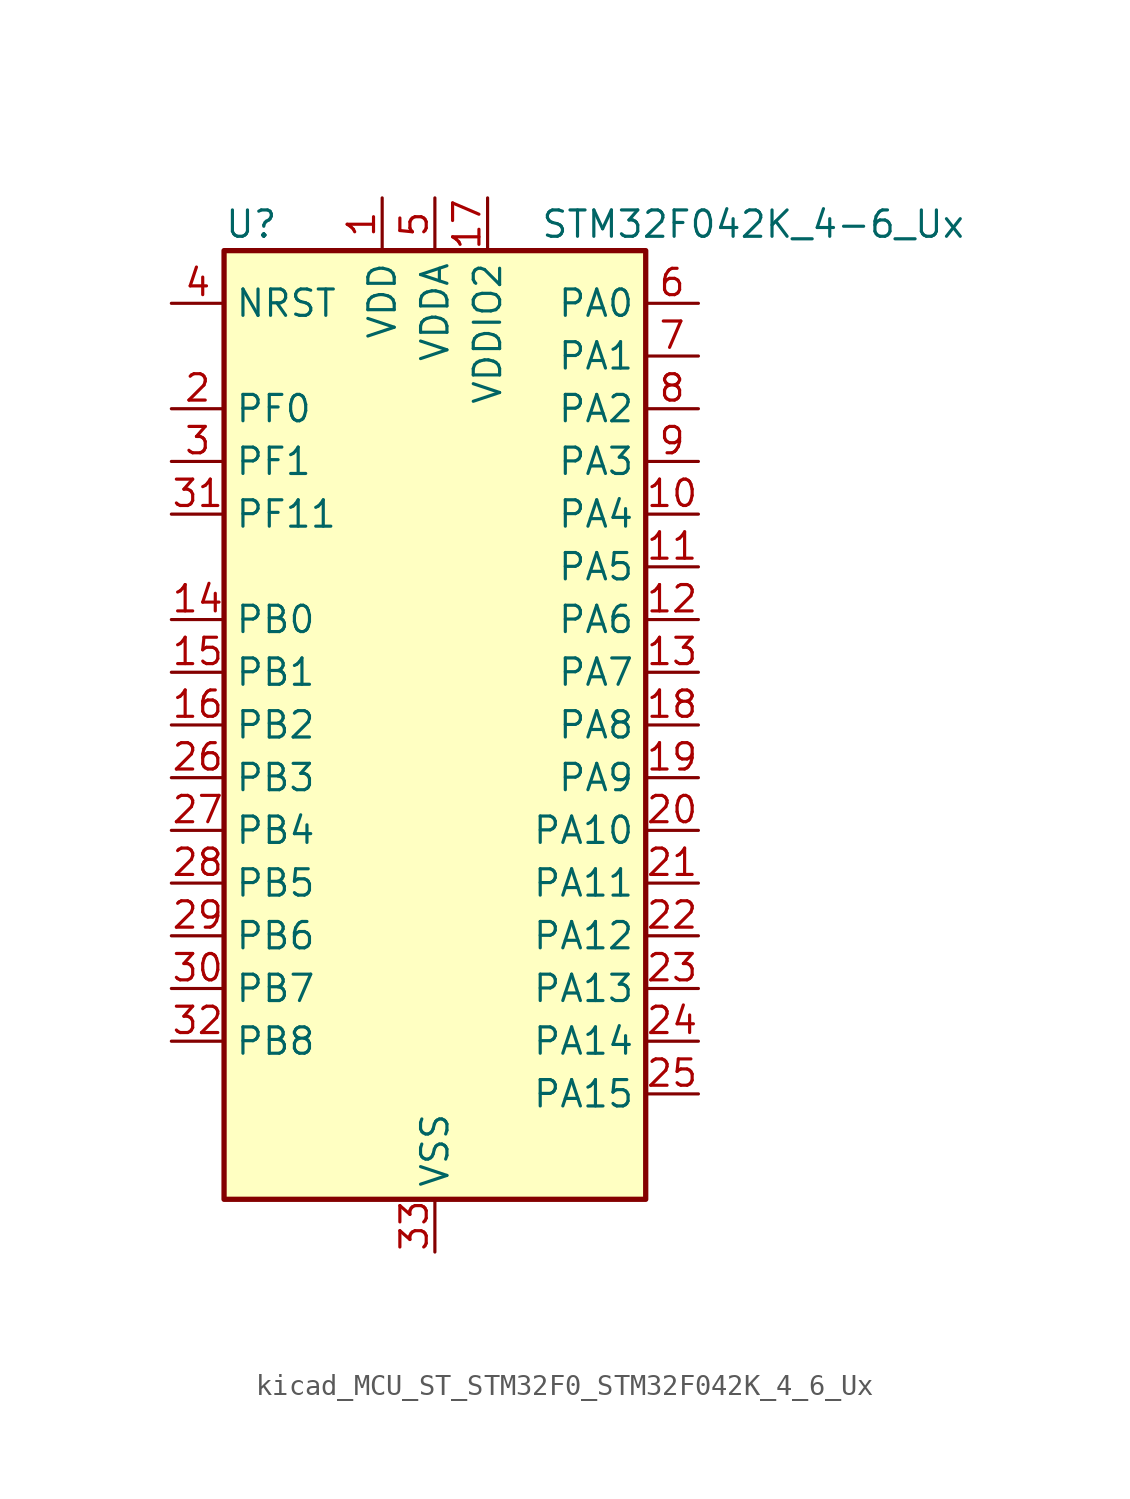
<source format=kicad_sym>
(kicad_symbol_lib
  (version 20220914)
  (generator kicad_symbol_editor)
  (symbol "kicad_MCU_ST_STM32F0_STM32F042K_4_6_Ux"
    (property "Reference" "U"
      (at -10.16 24.13 0)
      (effects (font (size 1.27 1.27)) (justify left)))
    (property "Value" "STM32F042K_4-6_Ux"
      (at 5.08 24.13 0)
      (effects (font (size 1.27 1.27)) (justify left)))
    (property "ki_locked" ""
      (at 0 0 0)
      (effects (font (size 1.27 1.27))))
    (symbol "kicad_MCU_ST_STM32F0_STM32F042K_4_6_Ux_0_1"
      (rectangle (start -10.16 -22.86) (end 10.16 22.86) (stroke (width 0.254) (type default)) (fill (type background))))
    (symbol "kicad_MCU_ST_STM32F0_STM32F042K_4_6_Ux_1_1"
      (pin power_in line (at -2.54 25.4 270) (length 2.54) (name "VDD" (effects (font (size 1.27 1.27)))) (number "1" (effects (font (size 1.27 1.27)))))
      (pin bidirectional line (at 12.7 10.16 180) (length 2.54) (name "PA4" (effects (font (size 1.27 1.27)))) (number "10" (effects (font (size 1.27 1.27)))) (alternate "ADC_IN4" bidirectional line) (alternate "I2S1_WS" bidirectional line) (alternate "SPI1_NSS" bidirectional line) (alternate "TIM14_CH1" bidirectional line) (alternate "TSC_G2_IO1" bidirectional line) (alternate "USART2_CK" bidirectional line) (alternate "USB_NOE" bidirectional line))
      (pin bidirectional line (at 12.7 7.62 180) (length 2.54) (name "PA5" (effects (font (size 1.27 1.27)))) (number "11" (effects (font (size 1.27 1.27)))) (alternate "ADC_IN5" bidirectional line) (alternate "CEC" bidirectional line) (alternate "I2S1_CK" bidirectional line) (alternate "SPI1_SCK" bidirectional line) (alternate "TIM2_CH1" bidirectional line) (alternate "TIM2_ETR" bidirectional line) (alternate "TSC_G2_IO2" bidirectional line))
      (pin bidirectional line (at 12.7 5.08 180) (length 2.54) (name "PA6" (effects (font (size 1.27 1.27)))) (number "12" (effects (font (size 1.27 1.27)))) (alternate "ADC_IN6" bidirectional line) (alternate "I2S1_MCK" bidirectional line) (alternate "SPI1_MISO" bidirectional line) (alternate "TIM16_CH1" bidirectional line) (alternate "TIM1_BKIN" bidirectional line) (alternate "TIM3_CH1" bidirectional line) (alternate "TSC_G2_IO3" bidirectional line))
      (pin bidirectional line (at 12.7 2.54 180) (length 2.54) (name "PA7" (effects (font (size 1.27 1.27)))) (number "13" (effects (font (size 1.27 1.27)))) (alternate "ADC_IN7" bidirectional line) (alternate "I2S1_SD" bidirectional line) (alternate "SPI1_MOSI" bidirectional line) (alternate "TIM14_CH1" bidirectional line) (alternate "TIM17_CH1" bidirectional line) (alternate "TIM1_CH1N" bidirectional line) (alternate "TIM3_CH2" bidirectional line) (alternate "TSC_G2_IO4" bidirectional line))
      (pin bidirectional line (at -12.7 5.08 0) (length 2.54) (name "PB0" (effects (font (size 1.27 1.27)))) (number "14" (effects (font (size 1.27 1.27)))) (alternate "ADC_IN8" bidirectional line) (alternate "TIM1_CH2N" bidirectional line) (alternate "TIM3_CH3" bidirectional line) (alternate "TSC_G3_IO2" bidirectional line))
      (pin bidirectional line (at -12.7 2.54 0) (length 2.54) (name "PB1" (effects (font (size 1.27 1.27)))) (number "15" (effects (font (size 1.27 1.27)))) (alternate "ADC_IN9" bidirectional line) (alternate "TIM14_CH1" bidirectional line) (alternate "TIM1_CH3N" bidirectional line) (alternate "TIM3_CH4" bidirectional line) (alternate "TSC_G3_IO3" bidirectional line))
      (pin bidirectional line (at -12.7 0 0) (length 2.54) (name "PB2" (effects (font (size 1.27 1.27)))) (number "16" (effects (font (size 1.27 1.27)))) (alternate "TSC_G3_IO4" bidirectional line))
      (pin power_in line (at 2.54 25.4 270) (length 2.54) (name "VDDIO2" (effects (font (size 1.27 1.27)))) (number "17" (effects (font (size 1.27 1.27)))))
      (pin bidirectional line (at 12.7 0 180) (length 2.54) (name "PA8" (effects (font (size 1.27 1.27)))) (number "18" (effects (font (size 1.27 1.27)))) (alternate "CRS_SYNC" bidirectional line) (alternate "RCC_MCO" bidirectional line) (alternate "TIM1_CH1" bidirectional line) (alternate "USART1_CK" bidirectional line))
      (pin bidirectional line (at 12.7 -2.54 180) (length 2.54) (name "PA9" (effects (font (size 1.27 1.27)))) (number "19" (effects (font (size 1.27 1.27)))) (alternate "I2C1_SCL" bidirectional line) (alternate "TIM1_CH2" bidirectional line) (alternate "TSC_G4_IO1" bidirectional line) (alternate "USART1_TX" bidirectional line))
      (pin bidirectional line (at -12.7 15.24 0) (length 2.54) (name "PF0" (effects (font (size 1.27 1.27)))) (number "2" (effects (font (size 1.27 1.27)))) (alternate "CRS_SYNC" bidirectional line) (alternate "I2C1_SDA" bidirectional line) (alternate "RCC_OSC_IN" bidirectional line))
      (pin bidirectional line (at 12.7 -5.08 180) (length 2.54) (name "PA10" (effects (font (size 1.27 1.27)))) (number "20" (effects (font (size 1.27 1.27)))) (alternate "I2C1_SDA" bidirectional line) (alternate "TIM17_BKIN" bidirectional line) (alternate "TIM1_CH3" bidirectional line) (alternate "TSC_G4_IO2" bidirectional line) (alternate "USART1_RX" bidirectional line))
      (pin bidirectional line (at 12.7 -7.62 180) (length 2.54) (name "PA11" (effects (font (size 1.27 1.27)))) (number "21" (effects (font (size 1.27 1.27)))) (alternate "CAN_RX" bidirectional line) (alternate "I2C1_SCL" bidirectional line) (alternate "TIM1_CH4" bidirectional line) (alternate "TSC_G4_IO3" bidirectional line) (alternate "USART1_CTS" bidirectional line) (alternate "USB_DM" bidirectional line))
      (pin bidirectional line (at 12.7 -10.16 180) (length 2.54) (name "PA12" (effects (font (size 1.27 1.27)))) (number "22" (effects (font (size 1.27 1.27)))) (alternate "CAN_TX" bidirectional line) (alternate "I2C1_SDA" bidirectional line) (alternate "TIM1_ETR" bidirectional line) (alternate "TSC_G4_IO4" bidirectional line) (alternate "USART1_DE" bidirectional line) (alternate "USART1_RTS" bidirectional line) (alternate "USB_DP" bidirectional line))
      (pin bidirectional line (at 12.7 -12.7 180) (length 2.54) (name "PA13" (effects (font (size 1.27 1.27)))) (number "23" (effects (font (size 1.27 1.27)))) (alternate "IR_OUT" bidirectional line) (alternate "SYS_SWDIO" bidirectional line) (alternate "USB_NOE" bidirectional line))
      (pin bidirectional line (at 12.7 -15.24 180) (length 2.54) (name "PA14" (effects (font (size 1.27 1.27)))) (number "24" (effects (font (size 1.27 1.27)))) (alternate "SYS_SWCLK" bidirectional line) (alternate "USART2_TX" bidirectional line))
      (pin bidirectional line (at 12.7 -17.78 180) (length 2.54) (name "PA15" (effects (font (size 1.27 1.27)))) (number "25" (effects (font (size 1.27 1.27)))) (alternate "I2S1_WS" bidirectional line) (alternate "SPI1_NSS" bidirectional line) (alternate "TIM2_CH1" bidirectional line) (alternate "TIM2_ETR" bidirectional line) (alternate "USART2_RX" bidirectional line) (alternate "USB_NOE" bidirectional line))
      (pin bidirectional line (at -12.7 -2.54 0) (length 2.54) (name "PB3" (effects (font (size 1.27 1.27)))) (number "26" (effects (font (size 1.27 1.27)))) (alternate "I2S1_CK" bidirectional line) (alternate "SPI1_SCK" bidirectional line) (alternate "TIM2_CH2" bidirectional line) (alternate "TSC_G5_IO1" bidirectional line))
      (pin bidirectional line (at -12.7 -5.08 0) (length 2.54) (name "PB4" (effects (font (size 1.27 1.27)))) (number "27" (effects (font (size 1.27 1.27)))) (alternate "I2S1_MCK" bidirectional line) (alternate "SPI1_MISO" bidirectional line) (alternate "TIM17_BKIN" bidirectional line) (alternate "TIM3_CH1" bidirectional line) (alternate "TSC_G5_IO2" bidirectional line))
      (pin bidirectional line (at -12.7 -7.62 0) (length 2.54) (name "PB5" (effects (font (size 1.27 1.27)))) (number "28" (effects (font (size 1.27 1.27)))) (alternate "I2C1_SMBA" bidirectional line) (alternate "I2S1_SD" bidirectional line) (alternate "SPI1_MOSI" bidirectional line) (alternate "SYS_WKUP6" bidirectional line) (alternate "TIM16_BKIN" bidirectional line) (alternate "TIM3_CH2" bidirectional line))
      (pin bidirectional line (at -12.7 -10.16 0) (length 2.54) (name "PB6" (effects (font (size 1.27 1.27)))) (number "29" (effects (font (size 1.27 1.27)))) (alternate "I2C1_SCL" bidirectional line) (alternate "TIM16_CH1N" bidirectional line) (alternate "TSC_G5_IO3" bidirectional line) (alternate "USART1_TX" bidirectional line))
      (pin bidirectional line (at -12.7 12.7 0) (length 2.54) (name "PF1" (effects (font (size 1.27 1.27)))) (number "3" (effects (font (size 1.27 1.27)))) (alternate "I2C1_SCL" bidirectional line) (alternate "RCC_OSC_OUT" bidirectional line))
      (pin bidirectional line (at -12.7 -12.7 0) (length 2.54) (name "PB7" (effects (font (size 1.27 1.27)))) (number "30" (effects (font (size 1.27 1.27)))) (alternate "I2C1_SDA" bidirectional line) (alternate "TIM17_CH1N" bidirectional line) (alternate "TSC_G5_IO4" bidirectional line) (alternate "USART1_RX" bidirectional line))
      (pin bidirectional line (at -12.7 10.16 0) (length 2.54) (name "PF11" (effects (font (size 1.27 1.27)))) (number "31" (effects (font (size 1.27 1.27)))))
      (pin bidirectional line (at -12.7 -15.24 0) (length 2.54) (name "PB8" (effects (font (size 1.27 1.27)))) (number "32" (effects (font (size 1.27 1.27)))) (alternate "CAN_RX" bidirectional line) (alternate "CEC" bidirectional line) (alternate "I2C1_SCL" bidirectional line) (alternate "TIM16_CH1" bidirectional line) (alternate "TSC_SYNC" bidirectional line))
      (pin power_in line (at 0 -25.4 90) (length 2.54) (name "VSS" (effects (font (size 1.27 1.27)))) (number "33" (effects (font (size 1.27 1.27)))))
      (pin input line (at -12.7 20.32 0) (length 2.54) (name "NRST" (effects (font (size 1.27 1.27)))) (number "4" (effects (font (size 1.27 1.27)))))
      (pin power_in line (at 0 25.4 270) (length 2.54) (name "VDDA" (effects (font (size 1.27 1.27)))) (number "5" (effects (font (size 1.27 1.27)))))
      (pin bidirectional line (at 12.7 20.32 180) (length 2.54) (name "PA0" (effects (font (size 1.27 1.27)))) (number "6" (effects (font (size 1.27 1.27)))) (alternate "ADC_IN0" bidirectional line) (alternate "RTC_TAMP2" bidirectional line) (alternate "SYS_WKUP1" bidirectional line) (alternate "TIM2_CH1" bidirectional line) (alternate "TIM2_ETR" bidirectional line) (alternate "TSC_G1_IO1" bidirectional line) (alternate "USART2_CTS" bidirectional line))
      (pin bidirectional line (at 12.7 17.78 180) (length 2.54) (name "PA1" (effects (font (size 1.27 1.27)))) (number "7" (effects (font (size 1.27 1.27)))) (alternate "ADC_IN1" bidirectional line) (alternate "TIM2_CH2" bidirectional line) (alternate "TSC_G1_IO2" bidirectional line) (alternate "USART2_DE" bidirectional line) (alternate "USART2_RTS" bidirectional line))
      (pin bidirectional line (at 12.7 15.24 180) (length 2.54) (name "PA2" (effects (font (size 1.27 1.27)))) (number "8" (effects (font (size 1.27 1.27)))) (alternate "ADC_IN2" bidirectional line) (alternate "SYS_WKUP4" bidirectional line) (alternate "TIM2_CH3" bidirectional line) (alternate "TSC_G1_IO3" bidirectional line) (alternate "USART2_TX" bidirectional line))
      (pin bidirectional line (at 12.7 12.7 180) (length 2.54) (name "PA3" (effects (font (size 1.27 1.27)))) (number "9" (effects (font (size 1.27 1.27)))) (alternate "ADC_IN3" bidirectional line) (alternate "TIM2_CH4" bidirectional line) (alternate "TSC_G1_IO4" bidirectional line) (alternate "USART2_RX" bidirectional line)))))
</source>
